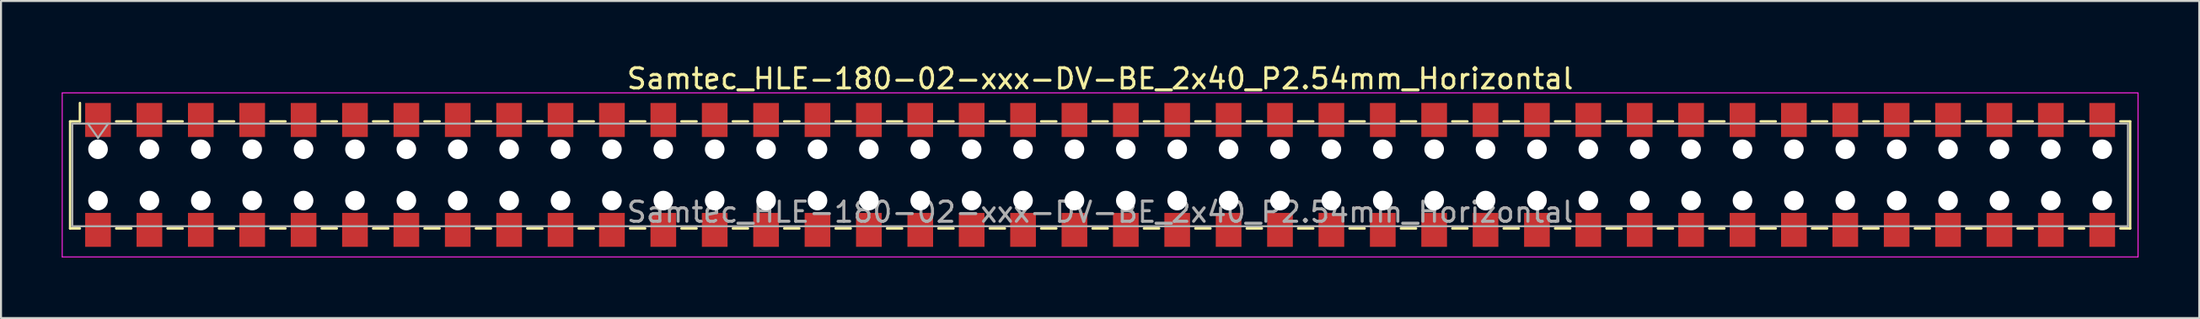
<source format=kicad_pcb>
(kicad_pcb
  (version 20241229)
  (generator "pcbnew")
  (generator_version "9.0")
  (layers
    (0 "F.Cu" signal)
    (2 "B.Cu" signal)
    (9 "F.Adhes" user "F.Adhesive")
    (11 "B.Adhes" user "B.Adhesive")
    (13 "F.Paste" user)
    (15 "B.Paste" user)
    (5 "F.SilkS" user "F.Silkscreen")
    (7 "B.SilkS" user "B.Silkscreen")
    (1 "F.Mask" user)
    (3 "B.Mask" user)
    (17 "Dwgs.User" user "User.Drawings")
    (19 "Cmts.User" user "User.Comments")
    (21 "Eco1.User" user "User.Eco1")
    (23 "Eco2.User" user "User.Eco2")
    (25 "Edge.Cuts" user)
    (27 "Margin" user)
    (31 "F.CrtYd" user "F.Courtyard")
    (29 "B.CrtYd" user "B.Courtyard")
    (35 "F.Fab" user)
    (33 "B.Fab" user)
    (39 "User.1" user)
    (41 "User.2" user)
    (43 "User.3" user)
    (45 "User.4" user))
  (footprint "Samtec_HLE-180-02-xxx-DV-BE_2x40_P2.54mm_Horizontal"
    (layer "F.Cu")
    (at 51.325 5.608)
    (property "Reference" "Samtec_HLE-180-02-xxx-DV-BE_2x40_P2.54mm_Horizontal" (at 0 -4.76 0) (layer "F.SilkS") (effects (font (size 1 1) (thickness 0.15))))
    (attr smd)
    (fp_line (start -50.91 -2.65) (end -50.91 2.65) (stroke (width 0.12) (type solid)) (layer "F.SilkS"))
    (fp_line (start -50.91 2.65) (end -50.425 2.65) (stroke (width 0.12) (type solid)) (layer "F.SilkS"))
    (fp_line (start -50.425 -3.56) (end -50.425 -2.65) (stroke (width 0.12) (type solid)) (layer "F.SilkS"))
    (fp_line (start -50.425 -2.65) (end -50.91 -2.65) (stroke (width 0.12) (type solid)) (layer "F.SilkS"))
    (fp_line (start -48.635 -2.65) (end -47.885 -2.65) (stroke (width 0.12) (type solid)) (layer "F.SilkS"))
    (fp_line (start -48.635 2.65) (end -47.885 2.65) (stroke (width 0.12) (type solid)) (layer "F.SilkS"))
    (fp_line (start -46.095 -2.65) (end -45.345 -2.65) (stroke (width 0.12) (type solid)) (layer "F.SilkS"))
    (fp_line (start -46.095 2.65) (end -45.345 2.65) (stroke (width 0.12) (type solid)) (layer "F.SilkS"))
    (fp_line (start -43.555 -2.65) (end -42.805 -2.65) (stroke (width 0.12) (type solid)) (layer "F.SilkS"))
    (fp_line (start -43.555 2.65) (end -42.805 2.65) (stroke (width 0.12) (type solid)) (layer "F.SilkS"))
    (fp_line (start -41.015 -2.65) (end -40.265 -2.65) (stroke (width 0.12) (type solid)) (layer "F.SilkS"))
    (fp_line (start -41.015 2.65) (end -40.265 2.65) (stroke (width 0.12) (type solid)) (layer "F.SilkS"))
    (fp_line (start -38.475 -2.65) (end -37.725 -2.65) (stroke (width 0.12) (type solid)) (layer "F.SilkS"))
    (fp_line (start -38.475 2.65) (end -37.725 2.65) (stroke (width 0.12) (type solid)) (layer "F.SilkS"))
    (fp_line (start -35.935 -2.65) (end -35.185 -2.65) (stroke (width 0.12) (type solid)) (layer "F.SilkS"))
    (fp_line (start -35.935 2.65) (end -35.185 2.65) (stroke (width 0.12) (type solid)) (layer "F.SilkS"))
    (fp_line (start -33.395 -2.65) (end -32.645 -2.65) (stroke (width 0.12) (type solid)) (layer "F.SilkS"))
    (fp_line (start -33.395 2.65) (end -32.645 2.65) (stroke (width 0.12) (type solid)) (layer "F.SilkS"))
    (fp_line (start -30.855 -2.65) (end -30.105 -2.65) (stroke (width 0.12) (type solid)) (layer "F.SilkS"))
    (fp_line (start -30.855 2.65) (end -30.105 2.65) (stroke (width 0.12) (type solid)) (layer "F.SilkS"))
    (fp_line (start -28.315 -2.65) (end -27.565 -2.65) (stroke (width 0.12) (type solid)) (layer "F.SilkS"))
    (fp_line (start -28.315 2.65) (end -27.565 2.65) (stroke (width 0.12) (type solid)) (layer "F.SilkS"))
    (fp_line (start -25.775 -2.65) (end -25.025 -2.65) (stroke (width 0.12) (type solid)) (layer "F.SilkS"))
    (fp_line (start -25.775 2.65) (end -25.025 2.65) (stroke (width 0.12) (type solid)) (layer "F.SilkS"))
    (fp_line (start -23.235 -2.65) (end -22.485 -2.65) (stroke (width 0.12) (type solid)) (layer "F.SilkS"))
    (fp_line (start -23.235 2.65) (end -22.485 2.65) (stroke (width 0.12) (type solid)) (layer "F.SilkS"))
    (fp_line (start -20.695 -2.65) (end -19.945 -2.65) (stroke (width 0.12) (type solid)) (layer "F.SilkS"))
    (fp_line (start -20.695 2.65) (end -19.945 2.65) (stroke (width 0.12) (type solid)) (layer "F.SilkS"))
    (fp_line (start -18.155 -2.65) (end -17.405 -2.65) (stroke (width 0.12) (type solid)) (layer "F.SilkS"))
    (fp_line (start -18.155 2.65) (end -17.405 2.65) (stroke (width 0.12) (type solid)) (layer "F.SilkS"))
    (fp_line (start -15.615 -2.65) (end -14.865 -2.65) (stroke (width 0.12) (type solid)) (layer "F.SilkS"))
    (fp_line (start -15.615 2.65) (end -14.865 2.65) (stroke (width 0.12) (type solid)) (layer "F.SilkS"))
    (fp_line (start -13.075 -2.65) (end -12.325 -2.65) (stroke (width 0.12) (type solid)) (layer "F.SilkS"))
    (fp_line (start -13.075 2.65) (end -12.325 2.65) (stroke (width 0.12) (type solid)) (layer "F.SilkS"))
    (fp_line (start -10.535 -2.65) (end -9.785 -2.65) (stroke (width 0.12) (type solid)) (layer "F.SilkS"))
    (fp_line (start -10.535 2.65) (end -9.785 2.65) (stroke (width 0.12) (type solid)) (layer "F.SilkS"))
    (fp_line (start -7.995 -2.65) (end -7.245 -2.65) (stroke (width 0.12) (type solid)) (layer "F.SilkS"))
    (fp_line (start -7.995 2.65) (end -7.245 2.65) (stroke (width 0.12) (type solid)) (layer "F.SilkS"))
    (fp_line (start -5.455 -2.65) (end -4.705 -2.65) (stroke (width 0.12) (type solid)) (layer "F.SilkS"))
    (fp_line (start -5.455 2.65) (end -4.705 2.65) (stroke (width 0.12) (type solid)) (layer "F.SilkS"))
    (fp_line (start -2.915 -2.65) (end -2.165 -2.65) (stroke (width 0.12) (type solid)) (layer "F.SilkS"))
    (fp_line (start -2.915 2.65) (end -2.165 2.65) (stroke (width 0.12) (type solid)) (layer "F.SilkS"))
    (fp_line (start -0.375 -2.65) (end 0.375 -2.65) (stroke (width 0.12) (type solid)) (layer "F.SilkS"))
    (fp_line (start -0.375 2.65) (end 0.375 2.65) (stroke (width 0.12) (type solid)) (layer "F.SilkS"))
    (fp_line (start 2.165 -2.65) (end 2.915 -2.65) (stroke (width 0.12) (type solid)) (layer "F.SilkS"))
    (fp_line (start 2.165 2.65) (end 2.915 2.65) (stroke (width 0.12) (type solid)) (layer "F.SilkS"))
    (fp_line (start 4.705 -2.65) (end 5.455 -2.65) (stroke (width 0.12) (type solid)) (layer "F.SilkS"))
    (fp_line (start 4.705 2.65) (end 5.455 2.65) (stroke (width 0.12) (type solid)) (layer "F.SilkS"))
    (fp_line (start 7.245 -2.65) (end 7.995 -2.65) (stroke (width 0.12) (type solid)) (layer "F.SilkS"))
    (fp_line (start 7.245 2.65) (end 7.995 2.65) (stroke (width 0.12) (type solid)) (layer "F.SilkS"))
    (fp_line (start 9.785 -2.65) (end 10.535 -2.65) (stroke (width 0.12) (type solid)) (layer "F.SilkS"))
    (fp_line (start 9.785 2.65) (end 10.535 2.65) (stroke (width 0.12) (type solid)) (layer "F.SilkS"))
    (fp_line (start 12.325 -2.65) (end 13.075 -2.65) (stroke (width 0.12) (type solid)) (layer "F.SilkS"))
    (fp_line (start 12.325 2.65) (end 13.075 2.65) (stroke (width 0.12) (type solid)) (layer "F.SilkS"))
    (fp_line (start 14.865 -2.65) (end 15.615 -2.65) (stroke (width 0.12) (type solid)) (layer "F.SilkS"))
    (fp_line (start 14.865 2.65) (end 15.615 2.65) (stroke (width 0.12) (type solid)) (layer "F.SilkS"))
    (fp_line (start 17.405 -2.65) (end 18.155 -2.65) (stroke (width 0.12) (type solid)) (layer "F.SilkS"))
    (fp_line (start 17.405 2.65) (end 18.155 2.65) (stroke (width 0.12) (type solid)) (layer "F.SilkS"))
    (fp_line (start 19.945 -2.65) (end 20.695 -2.65) (stroke (width 0.12) (type solid)) (layer "F.SilkS"))
    (fp_line (start 19.945 2.65) (end 20.695 2.65) (stroke (width 0.12) (type solid)) (layer "F.SilkS"))
    (fp_line (start 22.485 -2.65) (end 23.235 -2.65) (stroke (width 0.12) (type solid)) (layer "F.SilkS"))
    (fp_line (start 22.485 2.65) (end 23.235 2.65) (stroke (width 0.12) (type solid)) (layer "F.SilkS"))
    (fp_line (start 25.025 -2.65) (end 25.775 -2.65) (stroke (width 0.12) (type solid)) (layer "F.SilkS"))
    (fp_line (start 25.025 2.65) (end 25.775 2.65) (stroke (width 0.12) (type solid)) (layer "F.SilkS"))
    (fp_line (start 27.565 -2.65) (end 28.315 -2.65) (stroke (width 0.12) (type solid)) (layer "F.SilkS"))
    (fp_line (start 27.565 2.65) (end 28.315 2.65) (stroke (width 0.12) (type solid)) (layer "F.SilkS"))
    (fp_line (start 30.105 -2.65) (end 30.855 -2.65) (stroke (width 0.12) (type solid)) (layer "F.SilkS"))
    (fp_line (start 30.105 2.65) (end 30.855 2.65) (stroke (width 0.12) (type solid)) (layer "F.SilkS"))
    (fp_line (start 32.645 -2.65) (end 33.395 -2.65) (stroke (width 0.12) (type solid)) (layer "F.SilkS"))
    (fp_line (start 32.645 2.65) (end 33.395 2.65) (stroke (width 0.12) (type solid)) (layer "F.SilkS"))
    (fp_line (start 35.185 -2.65) (end 35.935 -2.65) (stroke (width 0.12) (type solid)) (layer "F.SilkS"))
    (fp_line (start 35.185 2.65) (end 35.935 2.65) (stroke (width 0.12) (type solid)) (layer "F.SilkS"))
    (fp_line (start 37.725 -2.65) (end 38.475 -2.65) (stroke (width 0.12) (type solid)) (layer "F.SilkS"))
    (fp_line (start 37.725 2.65) (end 38.475 2.65) (stroke (width 0.12) (type solid)) (layer "F.SilkS"))
    (fp_line (start 40.265 -2.65) (end 41.015 -2.65) (stroke (width 0.12) (type solid)) (layer "F.SilkS"))
    (fp_line (start 40.265 2.65) (end 41.015 2.65) (stroke (width 0.12) (type solid)) (layer "F.SilkS"))
    (fp_line (start 42.805 -2.65) (end 43.555 -2.65) (stroke (width 0.12) (type solid)) (layer "F.SilkS"))
    (fp_line (start 42.805 2.65) (end 43.555 2.65) (stroke (width 0.12) (type solid)) (layer "F.SilkS"))
    (fp_line (start 45.345 -2.65) (end 46.095 -2.65) (stroke (width 0.12) (type solid)) (layer "F.SilkS"))
    (fp_line (start 45.345 2.65) (end 46.095 2.65) (stroke (width 0.12) (type solid)) (layer "F.SilkS"))
    (fp_line (start 47.885 -2.65) (end 48.635 -2.65) (stroke (width 0.12) (type solid)) (layer "F.SilkS"))
    (fp_line (start 47.885 2.65) (end 48.635 2.65) (stroke (width 0.12) (type solid)) (layer "F.SilkS"))
    (fp_line (start 50.425 -2.65) (end 50.91 -2.65) (stroke (width 0.12) (type solid)) (layer "F.SilkS"))
    (fp_line (start 50.91 -2.65) (end 50.91 2.65) (stroke (width 0.12) (type solid)) (layer "F.SilkS"))
    (fp_line (start 50.91 2.65) (end 50.425 2.65) (stroke (width 0.12) (type solid)) (layer "F.SilkS"))
    (fp_line (start -51.3 -4.06) (end 51.3 -4.06) (stroke (width 0.05) (type solid)) (layer "F.CrtYd"))
    (fp_line (start -51.3 4.06) (end -51.3 -4.06) (stroke (width 0.05) (type solid)) (layer "F.CrtYd"))
    (fp_line (start 51.3 -4.06) (end 51.3 4.06) (stroke (width 0.05) (type solid)) (layer "F.CrtYd"))
    (fp_line (start 51.3 4.06) (end -51.3 4.06) (stroke (width 0.05) (type solid)) (layer "F.CrtYd"))
    (fp_line (start -50.8 -2.54) (end 50.8 -2.54) (stroke (width 0.1) (type solid)) (layer "F.Fab"))
    (fp_line (start -50.8 2.54) (end -50.8 -2.54) (stroke (width 0.1) (type solid)) (layer "F.Fab"))
    (fp_line (start -50.03 -2.54) (end -49.53 -1.833) (stroke (width 0.1) (type solid)) (layer "F.Fab"))
    (fp_line (start -49.53 -1.833) (end -49.03 -2.54) (stroke (width 0.1) (type solid)) (layer "F.Fab"))
    (fp_line (start 50.8 -2.54) (end 50.8 2.54) (stroke (width 0.1) (type solid)) (layer "F.Fab"))
    (fp_line (start 50.8 2.54) (end -50.8 2.54) (stroke (width 0.1) (type solid)) (layer "F.Fab"))
    (fp_text user "${REFERENCE}" (at 0 1.84 0) (layer "F.Fab") (effects (font (size 1 1) (thickness 0.15))))
    (pad "" np_thru_hole circle (at -49.53 -1.27) (size 0.97 0.97) (drill 0.97) (layers "*.Cu" "*.Mask"))
    (pad "" np_thru_hole circle (at -49.53 1.27) (size 0.97 0.97) (drill 0.97) (layers "*.Cu" "*.Mask"))
    (pad "" np_thru_hole circle (at -46.99 -1.27) (size 0.97 0.97) (drill 0.97) (layers "*.Cu" "*.Mask"))
    (pad "" np_thru_hole circle (at -46.99 1.27) (size 0.97 0.97) (drill 0.97) (layers "*.Cu" "*.Mask"))
    (pad "" np_thru_hole circle (at -44.45 -1.27) (size 0.97 0.97) (drill 0.97) (layers "*.Cu" "*.Mask"))
    (pad "" np_thru_hole circle (at -44.45 1.27) (size 0.97 0.97) (drill 0.97) (layers "*.Cu" "*.Mask"))
    (pad "" np_thru_hole circle (at -41.91 -1.27) (size 0.97 0.97) (drill 0.97) (layers "*.Cu" "*.Mask"))
    (pad "" np_thru_hole circle (at -41.91 1.27) (size 0.97 0.97) (drill 0.97) (layers "*.Cu" "*.Mask"))
    (pad "" np_thru_hole circle (at -39.37 -1.27) (size 0.97 0.97) (drill 0.97) (layers "*.Cu" "*.Mask"))
    (pad "" np_thru_hole circle (at -39.37 1.27) (size 0.97 0.97) (drill 0.97) (layers "*.Cu" "*.Mask"))
    (pad "" np_thru_hole circle (at -36.83 -1.27) (size 0.97 0.97) (drill 0.97) (layers "*.Cu" "*.Mask"))
    (pad "" np_thru_hole circle (at -36.83 1.27) (size 0.97 0.97) (drill 0.97) (layers "*.Cu" "*.Mask"))
    (pad "" np_thru_hole circle (at -34.29 -1.27) (size 0.97 0.97) (drill 0.97) (layers "*.Cu" "*.Mask"))
    (pad "" np_thru_hole circle (at -34.29 1.27) (size 0.97 0.97) (drill 0.97) (layers "*.Cu" "*.Mask"))
    (pad "" np_thru_hole circle (at -31.75 -1.27) (size 0.97 0.97) (drill 0.97) (layers "*.Cu" "*.Mask"))
    (pad "" np_thru_hole circle (at -31.75 1.27) (size 0.97 0.97) (drill 0.97) (layers "*.Cu" "*.Mask"))
    (pad "" np_thru_hole circle (at -29.21 -1.27) (size 0.97 0.97) (drill 0.97) (layers "*.Cu" "*.Mask"))
    (pad "" np_thru_hole circle (at -29.21 1.27) (size 0.97 0.97) (drill 0.97) (layers "*.Cu" "*.Mask"))
    (pad "" np_thru_hole circle (at -26.67 -1.27) (size 0.97 0.97) (drill 0.97) (layers "*.Cu" "*.Mask"))
    (pad "" np_thru_hole circle (at -26.67 1.27) (size 0.97 0.97) (drill 0.97) (layers "*.Cu" "*.Mask"))
    (pad "" np_thru_hole circle (at -24.13 -1.27) (size 0.97 0.97) (drill 0.97) (layers "*.Cu" "*.Mask"))
    (pad "" np_thru_hole circle (at -24.13 1.27) (size 0.97 0.97) (drill 0.97) (layers "*.Cu" "*.Mask"))
    (pad "" np_thru_hole circle (at -21.59 -1.27) (size 0.97 0.97) (drill 0.97) (layers "*.Cu" "*.Mask"))
    (pad "" np_thru_hole circle (at -21.59 1.27) (size 0.97 0.97) (drill 0.97) (layers "*.Cu" "*.Mask"))
    (pad "" np_thru_hole circle (at -19.05 -1.27) (size 0.97 0.97) (drill 0.97) (layers "*.Cu" "*.Mask"))
    (pad "" np_thru_hole circle (at -19.05 1.27) (size 0.97 0.97) (drill 0.97) (layers "*.Cu" "*.Mask"))
    (pad "" np_thru_hole circle (at -16.51 -1.27) (size 0.97 0.97) (drill 0.97) (layers "*.Cu" "*.Mask"))
    (pad "" np_thru_hole circle (at -16.51 1.27) (size 0.97 0.97) (drill 0.97) (layers "*.Cu" "*.Mask"))
    (pad "" np_thru_hole circle (at -13.97 -1.27) (size 0.97 0.97) (drill 0.97) (layers "*.Cu" "*.Mask"))
    (pad "" np_thru_hole circle (at -13.97 1.27) (size 0.97 0.97) (drill 0.97) (layers "*.Cu" "*.Mask"))
    (pad "" np_thru_hole circle (at -11.43 -1.27) (size 0.97 0.97) (drill 0.97) (layers "*.Cu" "*.Mask"))
    (pad "" np_thru_hole circle (at -11.43 1.27) (size 0.97 0.97) (drill 0.97) (layers "*.Cu" "*.Mask"))
    (pad "" np_thru_hole circle (at -8.89 -1.27) (size 0.97 0.97) (drill 0.97) (layers "*.Cu" "*.Mask"))
    (pad "" np_thru_hole circle (at -8.89 1.27) (size 0.97 0.97) (drill 0.97) (layers "*.Cu" "*.Mask"))
    (pad "" np_thru_hole circle (at -6.35 -1.27) (size 0.97 0.97) (drill 0.97) (layers "*.Cu" "*.Mask"))
    (pad "" np_thru_hole circle (at -6.35 1.27) (size 0.97 0.97) (drill 0.97) (layers "*.Cu" "*.Mask"))
    (pad "" np_thru_hole circle (at -3.81 -1.27) (size 0.97 0.97) (drill 0.97) (layers "*.Cu" "*.Mask"))
    (pad "" np_thru_hole circle (at -3.81 1.27) (size 0.97 0.97) (drill 0.97) (layers "*.Cu" "*.Mask"))
    (pad "" np_thru_hole circle (at -1.27 -1.27) (size 0.97 0.97) (drill 0.97) (layers "*.Cu" "*.Mask"))
    (pad "" np_thru_hole circle (at -1.27 1.27) (size 0.97 0.97) (drill 0.97) (layers "*.Cu" "*.Mask"))
    (pad "" np_thru_hole circle (at 1.27 -1.27) (size 0.97 0.97) (drill 0.97) (layers "*.Cu" "*.Mask"))
    (pad "" np_thru_hole circle (at 1.27 1.27) (size 0.97 0.97) (drill 0.97) (layers "*.Cu" "*.Mask"))
    (pad "" np_thru_hole circle (at 3.81 -1.27) (size 0.97 0.97) (drill 0.97) (layers "*.Cu" "*.Mask"))
    (pad "" np_thru_hole circle (at 3.81 1.27) (size 0.97 0.97) (drill 0.97) (layers "*.Cu" "*.Mask"))
    (pad "" np_thru_hole circle (at 6.35 -1.27) (size 0.97 0.97) (drill 0.97) (layers "*.Cu" "*.Mask"))
    (pad "" np_thru_hole circle (at 6.35 1.27) (size 0.97 0.97) (drill 0.97) (layers "*.Cu" "*.Mask"))
    (pad "" np_thru_hole circle (at 8.89 -1.27) (size 0.97 0.97) (drill 0.97) (layers "*.Cu" "*.Mask"))
    (pad "" np_thru_hole circle (at 8.89 1.27) (size 0.97 0.97) (drill 0.97) (layers "*.Cu" "*.Mask"))
    (pad "" np_thru_hole circle (at 11.43 -1.27) (size 0.97 0.97) (drill 0.97) (layers "*.Cu" "*.Mask"))
    (pad "" np_thru_hole circle (at 11.43 1.27) (size 0.97 0.97) (drill 0.97) (layers "*.Cu" "*.Mask"))
    (pad "" np_thru_hole circle (at 13.97 -1.27) (size 0.97 0.97) (drill 0.97) (layers "*.Cu" "*.Mask"))
    (pad "" np_thru_hole circle (at 13.97 1.27) (size 0.97 0.97) (drill 0.97) (layers "*.Cu" "*.Mask"))
    (pad "" np_thru_hole circle (at 16.51 -1.27) (size 0.97 0.97) (drill 0.97) (layers "*.Cu" "*.Mask"))
    (pad "" np_thru_hole circle (at 16.51 1.27) (size 0.97 0.97) (drill 0.97) (layers "*.Cu" "*.Mask"))
    (pad "" np_thru_hole circle (at 19.05 -1.27) (size 0.97 0.97) (drill 0.97) (layers "*.Cu" "*.Mask"))
    (pad "" np_thru_hole circle (at 19.05 1.27) (size 0.97 0.97) (drill 0.97) (layers "*.Cu" "*.Mask"))
    (pad "" np_thru_hole circle (at 21.59 -1.27) (size 0.97 0.97) (drill 0.97) (layers "*.Cu" "*.Mask"))
    (pad "" np_thru_hole circle (at 21.59 1.27) (size 0.97 0.97) (drill 0.97) (layers "*.Cu" "*.Mask"))
    (pad "" np_thru_hole circle (at 24.13 -1.27) (size 0.97 0.97) (drill 0.97) (layers "*.Cu" "*.Mask"))
    (pad "" np_thru_hole circle (at 24.13 1.27) (size 0.97 0.97) (drill 0.97) (layers "*.Cu" "*.Mask"))
    (pad "" np_thru_hole circle (at 26.67 -1.27) (size 0.97 0.97) (drill 0.97) (layers "*.Cu" "*.Mask"))
    (pad "" np_thru_hole circle (at 26.67 1.27) (size 0.97 0.97) (drill 0.97) (layers "*.Cu" "*.Mask"))
    (pad "" np_thru_hole circle (at 29.21 -1.27) (size 0.97 0.97) (drill 0.97) (layers "*.Cu" "*.Mask"))
    (pad "" np_thru_hole circle (at 29.21 1.27) (size 0.97 0.97) (drill 0.97) (layers "*.Cu" "*.Mask"))
    (pad "" np_thru_hole circle (at 31.75 -1.27) (size 0.97 0.97) (drill 0.97) (layers "*.Cu" "*.Mask"))
    (pad "" np_thru_hole circle (at 31.75 1.27) (size 0.97 0.97) (drill 0.97) (layers "*.Cu" "*.Mask"))
    (pad "" np_thru_hole circle (at 34.29 -1.27) (size 0.97 0.97) (drill 0.97) (layers "*.Cu" "*.Mask"))
    (pad "" np_thru_hole circle (at 34.29 1.27) (size 0.97 0.97) (drill 0.97) (layers "*.Cu" "*.Mask"))
    (pad "" np_thru_hole circle (at 36.83 -1.27) (size 0.97 0.97) (drill 0.97) (layers "*.Cu" "*.Mask"))
    (pad "" np_thru_hole circle (at 36.83 1.27) (size 0.97 0.97) (drill 0.97) (layers "*.Cu" "*.Mask"))
    (pad "" np_thru_hole circle (at 39.37 -1.27) (size 0.97 0.97) (drill 0.97) (layers "*.Cu" "*.Mask"))
    (pad "" np_thru_hole circle (at 39.37 1.27) (size 0.97 0.97) (drill 0.97) (layers "*.Cu" "*.Mask"))
    (pad "" np_thru_hole circle (at 41.91 -1.27) (size 0.97 0.97) (drill 0.97) (layers "*.Cu" "*.Mask"))
    (pad "" np_thru_hole circle (at 41.91 1.27) (size 0.97 0.97) (drill 0.97) (layers "*.Cu" "*.Mask"))
    (pad "" np_thru_hole circle (at 44.45 -1.27) (size 0.97 0.97) (drill 0.97) (layers "*.Cu" "*.Mask"))
    (pad "" np_thru_hole circle (at 44.45 1.27) (size 0.97 0.97) (drill 0.97) (layers "*.Cu" "*.Mask"))
    (pad "" np_thru_hole circle (at 46.99 -1.27) (size 0.97 0.97) (drill 0.97) (layers "*.Cu" "*.Mask"))
    (pad "" np_thru_hole circle (at 46.99 1.27) (size 0.97 0.97) (drill 0.97) (layers "*.Cu" "*.Mask"))
    (pad "" np_thru_hole circle (at 49.53 -1.27) (size 0.97 0.97) (drill 0.97) (layers "*.Cu" "*.Mask"))
    (pad "" np_thru_hole circle (at 49.53 1.27) (size 0.97 0.97) (drill 0.97) (layers "*.Cu" "*.Mask"))
    (pad "1" smd rect (at -49.53 -2.72) (size 1.27 1.68) (layers "F.Cu" "F.Mask" "F.Paste"))
    (pad "2" smd rect (at -49.53 2.72) (size 1.27 1.68) (layers "F.Cu" "F.Mask" "F.Paste"))
    (pad "3" smd rect (at -46.99 -2.72) (size 1.27 1.68) (layers "F.Cu" "F.Mask" "F.Paste"))
    (pad "4" smd rect (at -46.99 2.72) (size 1.27 1.68) (layers "F.Cu" "F.Mask" "F.Paste"))
    (pad "5" smd rect (at -44.45 -2.72) (size 1.27 1.68) (layers "F.Cu" "F.Mask" "F.Paste"))
    (pad "6" smd rect (at -44.45 2.72) (size 1.27 1.68) (layers "F.Cu" "F.Mask" "F.Paste"))
    (pad "7" smd rect (at -41.91 -2.72) (size 1.27 1.68) (layers "F.Cu" "F.Mask" "F.Paste"))
    (pad "8" smd rect (at -41.91 2.72) (size 1.27 1.68) (layers "F.Cu" "F.Mask" "F.Paste"))
    (pad "9" smd rect (at -39.37 -2.72) (size 1.27 1.68) (layers "F.Cu" "F.Mask" "F.Paste"))
    (pad "10" smd rect (at -39.37 2.72) (size 1.27 1.68) (layers "F.Cu" "F.Mask" "F.Paste"))
    (pad "11" smd rect (at -36.83 -2.72) (size 1.27 1.68) (layers "F.Cu" "F.Mask" "F.Paste"))
    (pad "12" smd rect (at -36.83 2.72) (size 1.27 1.68) (layers "F.Cu" "F.Mask" "F.Paste"))
    (pad "13" smd rect (at -34.29 -2.72) (size 1.27 1.68) (layers "F.Cu" "F.Mask" "F.Paste"))
    (pad "14" smd rect (at -34.29 2.72) (size 1.27 1.68) (layers "F.Cu" "F.Mask" "F.Paste"))
    (pad "15" smd rect (at -31.75 -2.72) (size 1.27 1.68) (layers "F.Cu" "F.Mask" "F.Paste"))
    (pad "16" smd rect (at -31.75 2.72) (size 1.27 1.68) (layers "F.Cu" "F.Mask" "F.Paste"))
    (pad "17" smd rect (at -29.21 -2.72) (size 1.27 1.68) (layers "F.Cu" "F.Mask" "F.Paste"))
    (pad "18" smd rect (at -29.21 2.72) (size 1.27 1.68) (layers "F.Cu" "F.Mask" "F.Paste"))
    (pad "19" smd rect (at -26.67 -2.72) (size 1.27 1.68) (layers "F.Cu" "F.Mask" "F.Paste"))
    (pad "20" smd rect (at -26.67 2.72) (size 1.27 1.68) (layers "F.Cu" "F.Mask" "F.Paste"))
    (pad "21" smd rect (at -24.13 -2.72) (size 1.27 1.68) (layers "F.Cu" "F.Mask" "F.Paste"))
    (pad "22" smd rect (at -24.13 2.72) (size 1.27 1.68) (layers "F.Cu" "F.Mask" "F.Paste"))
    (pad "23" smd rect (at -21.59 -2.72) (size 1.27 1.68) (layers "F.Cu" "F.Mask" "F.Paste"))
    (pad "24" smd rect (at -21.59 2.72) (size 1.27 1.68) (layers "F.Cu" "F.Mask" "F.Paste"))
    (pad "25" smd rect (at -19.05 -2.72) (size 1.27 1.68) (layers "F.Cu" "F.Mask" "F.Paste"))
    (pad "26" smd rect (at -19.05 2.72) (size 1.27 1.68) (layers "F.Cu" "F.Mask" "F.Paste"))
    (pad "27" smd rect (at -16.51 -2.72) (size 1.27 1.68) (layers "F.Cu" "F.Mask" "F.Paste"))
    (pad "28" smd rect (at -16.51 2.72) (size 1.27 1.68) (layers "F.Cu" "F.Mask" "F.Paste"))
    (pad "29" smd rect (at -13.97 -2.72) (size 1.27 1.68) (layers "F.Cu" "F.Mask" "F.Paste"))
    (pad "30" smd rect (at -13.97 2.72) (size 1.27 1.68) (layers "F.Cu" "F.Mask" "F.Paste"))
    (pad "31" smd rect (at -11.43 -2.72) (size 1.27 1.68) (layers "F.Cu" "F.Mask" "F.Paste"))
    (pad "32" smd rect (at -11.43 2.72) (size 1.27 1.68) (layers "F.Cu" "F.Mask" "F.Paste"))
    (pad "33" smd rect (at -8.89 -2.72) (size 1.27 1.68) (layers "F.Cu" "F.Mask" "F.Paste"))
    (pad "34" smd rect (at -8.89 2.72) (size 1.27 1.68) (layers "F.Cu" "F.Mask" "F.Paste"))
    (pad "35" smd rect (at -6.35 -2.72) (size 1.27 1.68) (layers "F.Cu" "F.Mask" "F.Paste"))
    (pad "36" smd rect (at -6.35 2.72) (size 1.27 1.68) (layers "F.Cu" "F.Mask" "F.Paste"))
    (pad "37" smd rect (at -3.81 -2.72) (size 1.27 1.68) (layers "F.Cu" "F.Mask" "F.Paste"))
    (pad "38" smd rect (at -3.81 2.72) (size 1.27 1.68) (layers "F.Cu" "F.Mask" "F.Paste"))
    (pad "39" smd rect (at -1.27 -2.72) (size 1.27 1.68) (layers "F.Cu" "F.Mask" "F.Paste"))
    (pad "40" smd rect (at -1.27 2.72) (size 1.27 1.68) (layers "F.Cu" "F.Mask" "F.Paste"))
    (pad "41" smd rect (at 1.27 -2.72) (size 1.27 1.68) (layers "F.Cu" "F.Mask" "F.Paste"))
    (pad "42" smd rect (at 1.27 2.72) (size 1.27 1.68) (layers "F.Cu" "F.Mask" "F.Paste"))
    (pad "43" smd rect (at 3.81 -2.72) (size 1.27 1.68) (layers "F.Cu" "F.Mask" "F.Paste"))
    (pad "44" smd rect (at 3.81 2.72) (size 1.27 1.68) (layers "F.Cu" "F.Mask" "F.Paste"))
    (pad "45" smd rect (at 6.35 -2.72) (size 1.27 1.68) (layers "F.Cu" "F.Mask" "F.Paste"))
    (pad "46" smd rect (at 6.35 2.72) (size 1.27 1.68) (layers "F.Cu" "F.Mask" "F.Paste"))
    (pad "47" smd rect (at 8.89 -2.72) (size 1.27 1.68) (layers "F.Cu" "F.Mask" "F.Paste"))
    (pad "48" smd rect (at 8.89 2.72) (size 1.27 1.68) (layers "F.Cu" "F.Mask" "F.Paste"))
    (pad "49" smd rect (at 11.43 -2.72) (size 1.27 1.68) (layers "F.Cu" "F.Mask" "F.Paste"))
    (pad "50" smd rect (at 11.43 2.72) (size 1.27 1.68) (layers "F.Cu" "F.Mask" "F.Paste"))
    (pad "51" smd rect (at 13.97 -2.72) (size 1.27 1.68) (layers "F.Cu" "F.Mask" "F.Paste"))
    (pad "52" smd rect (at 13.97 2.72) (size 1.27 1.68) (layers "F.Cu" "F.Mask" "F.Paste"))
    (pad "53" smd rect (at 16.51 -2.72) (size 1.27 1.68) (layers "F.Cu" "F.Mask" "F.Paste"))
    (pad "54" smd rect (at 16.51 2.72) (size 1.27 1.68) (layers "F.Cu" "F.Mask" "F.Paste"))
    (pad "55" smd rect (at 19.05 -2.72) (size 1.27 1.68) (layers "F.Cu" "F.Mask" "F.Paste"))
    (pad "56" smd rect (at 19.05 2.72) (size 1.27 1.68) (layers "F.Cu" "F.Mask" "F.Paste"))
    (pad "57" smd rect (at 21.59 -2.72) (size 1.27 1.68) (layers "F.Cu" "F.Mask" "F.Paste"))
    (pad "58" smd rect (at 21.59 2.72) (size 1.27 1.68) (layers "F.Cu" "F.Mask" "F.Paste"))
    (pad "59" smd rect (at 24.13 -2.72) (size 1.27 1.68) (layers "F.Cu" "F.Mask" "F.Paste"))
    (pad "60" smd rect (at 24.13 2.72) (size 1.27 1.68) (layers "F.Cu" "F.Mask" "F.Paste"))
    (pad "61" smd rect (at 26.67 -2.72) (size 1.27 1.68) (layers "F.Cu" "F.Mask" "F.Paste"))
    (pad "62" smd rect (at 26.67 2.72) (size 1.27 1.68) (layers "F.Cu" "F.Mask" "F.Paste"))
    (pad "63" smd rect (at 29.21 -2.72) (size 1.27 1.68) (layers "F.Cu" "F.Mask" "F.Paste"))
    (pad "64" smd rect (at 29.21 2.72) (size 1.27 1.68) (layers "F.Cu" "F.Mask" "F.Paste"))
    (pad "65" smd rect (at 31.75 -2.72) (size 1.27 1.68) (layers "F.Cu" "F.Mask" "F.Paste"))
    (pad "66" smd rect (at 31.75 2.72) (size 1.27 1.68) (layers "F.Cu" "F.Mask" "F.Paste"))
    (pad "67" smd rect (at 34.29 -2.72) (size 1.27 1.68) (layers "F.Cu" "F.Mask" "F.Paste"))
    (pad "68" smd rect (at 34.29 2.72) (size 1.27 1.68) (layers "F.Cu" "F.Mask" "F.Paste"))
    (pad "69" smd rect (at 36.83 -2.72) (size 1.27 1.68) (layers "F.Cu" "F.Mask" "F.Paste"))
    (pad "70" smd rect (at 36.83 2.72) (size 1.27 1.68) (layers "F.Cu" "F.Mask" "F.Paste"))
    (pad "71" smd rect (at 39.37 -2.72) (size 1.27 1.68) (layers "F.Cu" "F.Mask" "F.Paste"))
    (pad "72" smd rect (at 39.37 2.72) (size 1.27 1.68) (layers "F.Cu" "F.Mask" "F.Paste"))
    (pad "73" smd rect (at 41.91 -2.72) (size 1.27 1.68) (layers "F.Cu" "F.Mask" "F.Paste"))
    (pad "74" smd rect (at 41.91 2.72) (size 1.27 1.68) (layers "F.Cu" "F.Mask" "F.Paste"))
    (pad "75" smd rect (at 44.45 -2.72) (size 1.27 1.68) (layers "F.Cu" "F.Mask" "F.Paste"))
    (pad "76" smd rect (at 44.45 2.72) (size 1.27 1.68) (layers "F.Cu" "F.Mask" "F.Paste"))
    (pad "77" smd rect (at 46.99 -2.72) (size 1.27 1.68) (layers "F.Cu" "F.Mask" "F.Paste"))
    (pad "78" smd rect (at 46.99 2.72) (size 1.27 1.68) (layers "F.Cu" "F.Mask" "F.Paste"))
    (pad "79" smd rect (at 49.53 -2.72) (size 1.27 1.68) (layers "F.Cu" "F.Mask" "F.Paste"))
    (pad "80" smd rect (at 49.53 2.72) (size 1.27 1.68) (layers "F.Cu" "F.Mask" "F.Paste")))
  (gr_rect
    (start -3 -3)
    (end 105.65 12.693)
    (stroke (width 0.1) (type default))
    (fill no)
    (layer "Edge.Cuts")))
</source>
